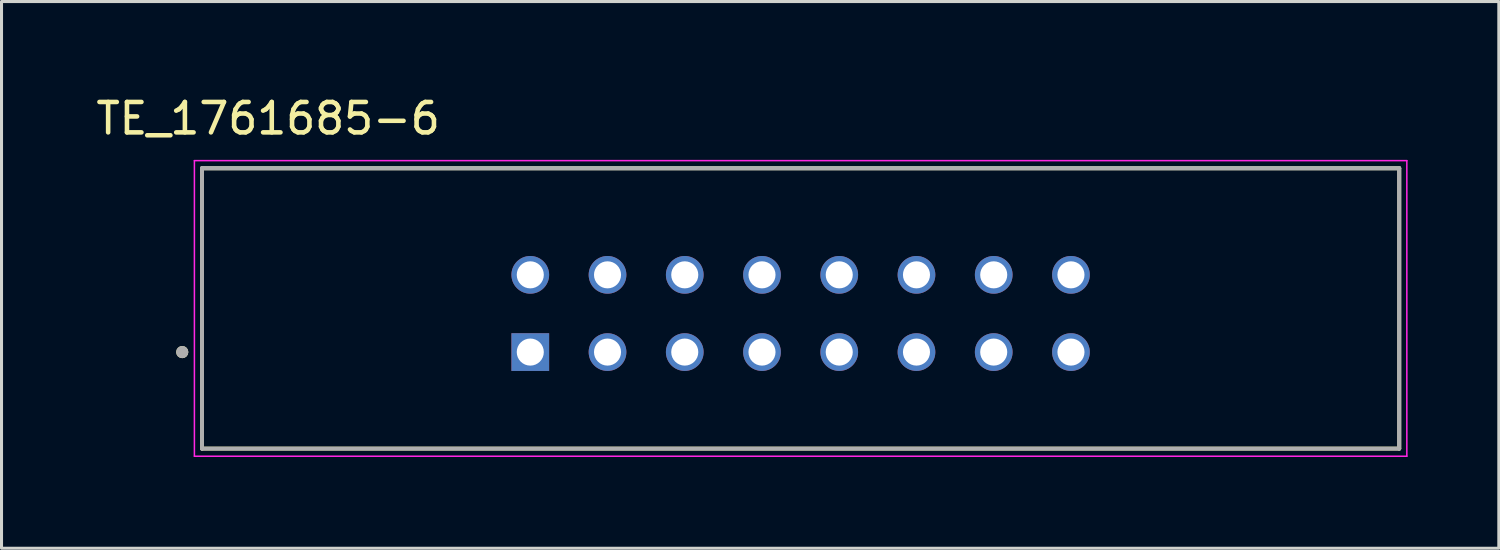
<source format=kicad_pcb>
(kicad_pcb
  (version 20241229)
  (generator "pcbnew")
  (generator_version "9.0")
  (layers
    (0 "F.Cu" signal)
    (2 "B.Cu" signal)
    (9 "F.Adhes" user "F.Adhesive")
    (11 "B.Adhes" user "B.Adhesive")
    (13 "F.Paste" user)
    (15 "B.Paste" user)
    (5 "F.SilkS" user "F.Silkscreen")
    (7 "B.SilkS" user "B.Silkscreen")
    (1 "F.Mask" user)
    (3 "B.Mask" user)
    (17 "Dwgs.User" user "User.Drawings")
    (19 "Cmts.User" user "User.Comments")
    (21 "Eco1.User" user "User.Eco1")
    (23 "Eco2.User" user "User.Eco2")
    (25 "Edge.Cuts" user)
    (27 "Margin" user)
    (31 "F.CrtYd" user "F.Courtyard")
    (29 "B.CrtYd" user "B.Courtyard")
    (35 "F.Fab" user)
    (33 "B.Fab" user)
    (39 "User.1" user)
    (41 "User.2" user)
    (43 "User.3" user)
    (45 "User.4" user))
  (footprint "TE_1761685-6"
    (layer "F.Cu")
    (at 14.388 8.528)
    (property "Reference" "TE_1761685-6" (at -8.62 -7.68 0) (layer "F.SilkS") (effects (font (size 1 1) (thickness 0.15))))
    (attr through_hole)
    (fp_line (start -10.795 3.175) (end -10.795 -6.045) (stroke (width 0.127) (type solid)) (layer "F.SilkS"))
    (fp_line (start 28.575 -6.045) (end -10.795 -6.045) (stroke (width 0.127) (type solid)) (layer "F.SilkS"))
    (fp_line (start 28.575 -6.045) (end 28.575 3.175) (stroke (width 0.127) (type solid)) (layer "F.SilkS"))
    (fp_line (start 28.575 3.175) (end -10.795 3.175) (stroke (width 0.127) (type solid)) (layer "F.SilkS"))
    (fp_circle (center -11.445 0) (end -11.345 0) (stroke (width 0.2) (type solid)) (fill no) (layer "F.SilkS"))
    (fp_line (start -11.045 -6.295) (end 28.825 -6.295) (stroke (width 0.05) (type solid)) (layer "F.CrtYd"))
    (fp_line (start -11.045 3.425) (end -11.045 -6.295) (stroke (width 0.05) (type solid)) (layer "F.CrtYd"))
    (fp_line (start 28.825 -6.295) (end 28.825 3.425) (stroke (width 0.05) (type solid)) (layer "F.CrtYd"))
    (fp_line (start 28.825 3.425) (end -11.045 3.425) (stroke (width 0.05) (type solid)) (layer "F.CrtYd"))
    (fp_line (start -10.795 -6.045) (end 28.575 -6.045) (stroke (width 0.127) (type solid)) (layer "F.Fab"))
    (fp_line (start -10.795 -6.045) (end 28.575 -6.045) (stroke (width 0.127) (type solid)) (layer "F.Fab"))
    (fp_line (start -10.795 3.175) (end -10.795 -6.045) (stroke (width 0.127) (type solid)) (layer "F.Fab"))
    (fp_line (start -10.795 3.175) (end -10.795 -6.045) (stroke (width 0.127) (type solid)) (layer "F.Fab"))
    (fp_line (start 28.575 -6.045) (end 28.575 3.175) (stroke (width 0.127) (type solid)) (layer "F.Fab"))
    (fp_line (start 28.575 -6.045) (end 28.575 3.175) (stroke (width 0.127) (type solid)) (layer "F.Fab"))
    (fp_line (start 28.575 3.175) (end -10.795 3.175) (stroke (width 0.127) (type solid)) (layer "F.Fab"))
    (fp_circle (center -11.445 0) (end -11.345 0) (stroke (width 0.2) (type solid)) (fill no) (layer "F.Fab"))
    (pad "1" thru_hole rect (at 0 0) (size 1.24 1.24) (drill 0.89) (layers "*.Cu" "*.Mask"))
    (pad "2" thru_hole circle (at 0 -2.54) (size 1.24 1.24) (drill 0.89) (layers "*.Cu" "*.Mask"))
    (pad "3" thru_hole circle (at 2.54 0) (size 1.24 1.24) (drill 0.89) (layers "*.Cu" "*.Mask"))
    (pad "4" thru_hole circle (at 2.54 -2.54) (size 1.24 1.24) (drill 0.89) (layers "*.Cu" "*.Mask"))
    (pad "5" thru_hole circle (at 5.08 0) (size 1.24 1.24) (drill 0.89) (layers "*.Cu" "*.Mask"))
    (pad "6" thru_hole circle (at 5.08 -2.54) (size 1.24 1.24) (drill 0.89) (layers "*.Cu" "*.Mask"))
    (pad "7" thru_hole circle (at 7.62 0) (size 1.24 1.24) (drill 0.89) (layers "*.Cu" "*.Mask"))
    (pad "8" thru_hole circle (at 7.62 -2.54) (size 1.24 1.24) (drill 0.89) (layers "*.Cu" "*.Mask"))
    (pad "9" thru_hole circle (at 10.16 0) (size 1.24 1.24) (drill 0.89) (layers "*.Cu" "*.Mask"))
    (pad "10" thru_hole circle (at 10.16 -2.54) (size 1.24 1.24) (drill 0.89) (layers "*.Cu" "*.Mask"))
    (pad "11" thru_hole circle (at 12.7 0) (size 1.24 1.24) (drill 0.89) (layers "*.Cu" "*.Mask"))
    (pad "12" thru_hole circle (at 12.7 -2.54) (size 1.24 1.24) (drill 0.89) (layers "*.Cu" "*.Mask"))
    (pad "13" thru_hole circle (at 15.24 0) (size 1.24 1.24) (drill 0.89) (layers "*.Cu" "*.Mask"))
    (pad "14" thru_hole circle (at 15.24 -2.54) (size 1.24 1.24) (drill 0.89) (layers "*.Cu" "*.Mask"))
    (pad "15" thru_hole circle (at 17.78 0) (size 1.24 1.24) (drill 0.89) (layers "*.Cu" "*.Mask"))
    (pad "16" thru_hole circle (at 17.78 -2.54) (size 1.24 1.24) (drill 0.89) (layers "*.Cu" "*.Mask")))
  (gr_rect
    (start -3 -3)
    (end 46.238 14.978)
    (stroke (width 0.1) (type default))
    (fill no)
    (layer "Edge.Cuts")))
</source>
